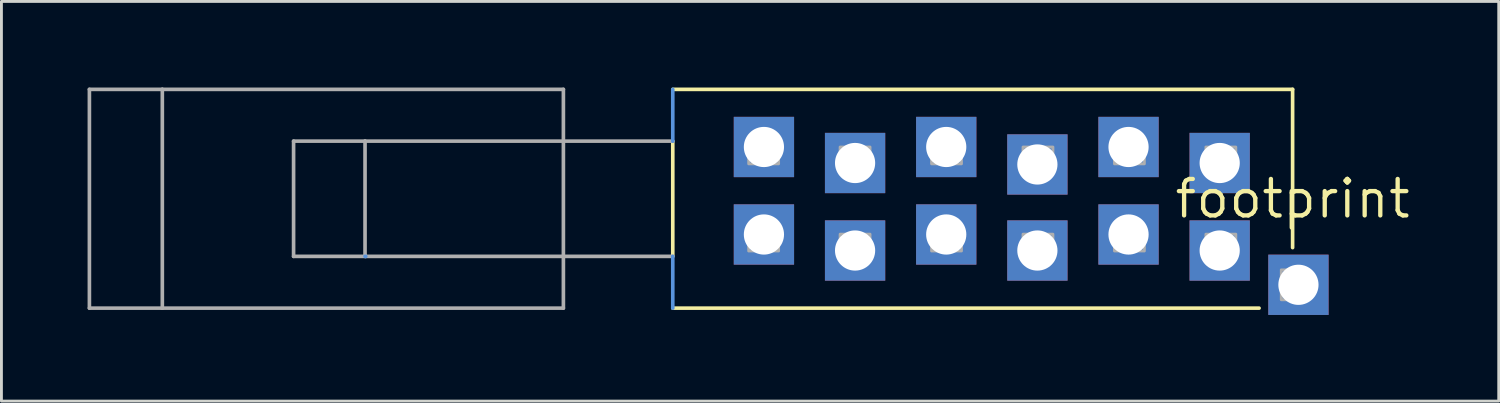
<source format=kicad_pcb>
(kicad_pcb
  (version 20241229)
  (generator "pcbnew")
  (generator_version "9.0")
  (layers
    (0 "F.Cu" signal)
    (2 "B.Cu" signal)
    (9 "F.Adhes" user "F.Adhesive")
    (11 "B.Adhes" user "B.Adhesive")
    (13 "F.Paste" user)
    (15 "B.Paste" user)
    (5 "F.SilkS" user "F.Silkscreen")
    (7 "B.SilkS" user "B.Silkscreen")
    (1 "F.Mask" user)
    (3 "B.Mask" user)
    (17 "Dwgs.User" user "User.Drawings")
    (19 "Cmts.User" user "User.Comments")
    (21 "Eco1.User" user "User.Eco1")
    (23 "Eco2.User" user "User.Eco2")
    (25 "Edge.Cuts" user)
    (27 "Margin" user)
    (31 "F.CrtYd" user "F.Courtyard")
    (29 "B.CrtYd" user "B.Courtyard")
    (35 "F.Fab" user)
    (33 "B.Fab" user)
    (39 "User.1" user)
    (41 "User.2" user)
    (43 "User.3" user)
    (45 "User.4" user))
  (footprint "footprint"
    (layer "F.Cu")
    (at 41.974 3.873)
    (property "Reference" "footprint" (at 0 0 0) (layer "F.SilkS") (effects (font (size 1.27 1.27) (thickness 0.15))))
    (fp_line (start -21.59 -2.007) (end -21.59 2.007) (stroke (width 0.127) (type solid)) (layer "F.SilkS"))
    (fp_line (start -21.59 3.81) (end -1.168 3.81) (stroke (width 0.127) (type solid)) (layer "F.SilkS"))
    (fp_line (start 0 -3.81) (end -21.59 -3.81) (stroke (width 0.127) (type solid)) (layer "F.SilkS"))
    (fp_line (start 0 1.702) (end 0 -3.81) (stroke (width 0.127) (type solid)) (layer "F.SilkS"))
    (fp_line (start -32.309 2.007) (end -32.283 2.007) (stroke (width 0.127) (type solid)) (layer "Cmts.User"))
    (fp_line (start -21.59 -3.81) (end -21.59 -2.007) (stroke (width 0.127) (type solid)) (layer "Cmts.User"))
    (fp_line (start -21.59 2.007) (end -21.59 3.81) (stroke (width 0.127) (type solid)) (layer "Cmts.User"))
    (fp_line (start -41.91 -3.81) (end -41.91 3.81) (stroke (width 0.127) (type solid)) (layer "F.Fab"))
    (fp_line (start -41.91 3.81) (end -39.37 3.81) (stroke (width 0.127) (type solid)) (layer "F.Fab"))
    (fp_line (start -39.37 -3.81) (end -41.91 -3.81) (stroke (width 0.127) (type solid)) (layer "F.Fab"))
    (fp_line (start -39.37 -3.81) (end -39.37 3.81) (stroke (width 0.127) (type solid)) (layer "F.Fab"))
    (fp_line (start -39.37 3.81) (end -25.4 3.81) (stroke (width 0.127) (type solid)) (layer "F.Fab"))
    (fp_line (start -34.798 -2.007) (end -34.798 2.007) (stroke (width 0.127) (type solid)) (layer "F.Fab"))
    (fp_line (start -34.798 2.007) (end -32.283 2.007) (stroke (width 0.127) (type solid)) (layer "F.Fab"))
    (fp_line (start -32.309 -2.007) (end -34.798 -2.007) (stroke (width 0.127) (type solid)) (layer "F.Fab"))
    (fp_line (start -32.309 -2.007) (end -32.309 2.007) (stroke (width 0.127) (type solid)) (layer "F.Fab"))
    (fp_line (start -32.283 2.007) (end -21.59 2.007) (stroke (width 0.127) (type solid)) (layer "F.Fab"))
    (fp_line (start -25.4 -3.81) (end -39.37 -3.81) (stroke (width 0.127) (type solid)) (layer "F.Fab"))
    (fp_line (start -25.4 3.81) (end -25.4 -3.81) (stroke (width 0.127) (type solid)) (layer "F.Fab"))
    (fp_line (start -21.59 -2.007) (end -32.309 -2.007) (stroke (width 0.127) (type solid)) (layer "F.Fab"))
    (fp_poly (pts (xy -18.946 -1.217) (xy -17.904 -1.217) (xy -17.904 -1.801) (xy -18.946 -1.801)) (stroke (width 0.1) (type solid)) (fill no) (layer "F.Fab"))
    (fp_poly (pts (xy -18.946 1.819) (xy -17.904 1.819) (xy -17.904 1.234) (xy -18.946 1.234)) (stroke (width 0.1) (type solid)) (fill no) (layer "F.Fab"))
    (fp_poly (pts (xy -15.761 -1.217) (xy -14.719 -1.217) (xy -14.719 -1.801) (xy -15.761 -1.801)) (stroke (width 0.1) (type solid)) (fill no) (layer "F.Fab"))
    (fp_poly (pts (xy -15.761 1.819) (xy -14.719 1.819) (xy -14.719 1.234) (xy -15.761 1.234)) (stroke (width 0.1) (type solid)) (fill no) (layer "F.Fab"))
    (fp_poly (pts (xy -12.576 -1.217) (xy -11.534 -1.217) (xy -11.534 -1.801) (xy -12.576 -1.801)) (stroke (width 0.1) (type solid)) (fill no) (layer "F.Fab"))
    (fp_poly (pts (xy -12.576 1.819) (xy -11.534 1.819) (xy -11.534 1.234) (xy -12.576 1.234)) (stroke (width 0.1) (type solid)) (fill no) (layer "F.Fab"))
    (fp_poly (pts (xy -9.39 -1.217) (xy -8.349 -1.217) (xy -8.349 -1.801) (xy -9.39 -1.801)) (stroke (width 0.1) (type solid)) (fill no) (layer "F.Fab"))
    (fp_poly (pts (xy -9.39 1.819) (xy -8.349 1.819) (xy -8.349 1.234) (xy -9.39 1.234)) (stroke (width 0.1) (type solid)) (fill no) (layer "F.Fab"))
    (fp_poly (pts (xy -6.205 -1.217) (xy -5.164 -1.217) (xy -5.164 -1.801) (xy -6.205 -1.801)) (stroke (width 0.1) (type solid)) (fill no) (layer "F.Fab"))
    (fp_poly (pts (xy -6.205 1.819) (xy -5.164 1.819) (xy -5.164 1.234) (xy -6.205 1.234)) (stroke (width 0.1) (type solid)) (fill no) (layer "F.Fab"))
    (fp_poly (pts (xy -3.02 -1.217) (xy -1.979 -1.217) (xy -1.979 -1.801) (xy -3.02 -1.801)) (stroke (width 0.1) (type solid)) (fill no) (layer "F.Fab"))
    (fp_poly (pts (xy -3.02 1.819) (xy -1.979 1.819) (xy -1.979 1.234) (xy -3.02 1.234)) (stroke (width 0.1) (type solid)) (fill no) (layer "F.Fab"))
    (fp_poly (pts (xy 0.19 3.518) (xy 0.19 2.477) (xy -0.394 2.477) (xy -0.394 3.518)) (stroke (width 0.1) (type solid)) (fill no) (layer "F.Fab"))
    (pad "P$13" thru_hole rect (at 0.203 2.997) (size 2.1 2.1) (drill 1.4) (layers "*.Cu" "*.Mask"))
    (pad "PP$1" thru_hole rect (at -18.415 1.245) (size 2.1 2.1) (drill 1.4) (layers "*.Cu" "*.Mask"))
    (pad "PP$2" thru_hole rect (at -15.24 1.803) (size 2.1 2.1) (drill 1.4) (layers "*.Cu" "*.Mask"))
    (pad "PP$3" thru_hole rect (at -12.065 1.245) (size 2.1 2.1) (drill 1.4) (layers "*.Cu" "*.Mask"))
    (pad "PP$4" thru_hole rect (at -8.89 1.803) (size 2.1 2.1) (drill 1.4) (layers "*.Cu" "*.Mask"))
    (pad "PP$5" thru_hole rect (at -5.715 1.245) (size 2.1 2.1) (drill 1.4) (layers "*.Cu" "*.Mask"))
    (pad "PP$6" thru_hole rect (at -2.54 1.803) (size 2.1 2.1) (drill 1.4) (layers "*.Cu" "*.Mask"))
    (pad "PP$7" thru_hole rect (at -18.415 -1.803) (size 2.1 2.1) (drill 1.4) (layers "*.Cu" "*.Mask"))
    (pad "PP$8" thru_hole rect (at -15.24 -1.245) (size 2.1 2.1) (drill 1.4) (layers "*.Cu" "*.Mask"))
    (pad "PP$9" thru_hole rect (at -12.065 -1.803) (size 2.1 2.1) (drill 1.4) (layers "*.Cu" "*.Mask"))
    (pad "PP$10" thru_hole rect (at -8.89 -1.194) (size 2.1 2.1) (drill 1.4) (layers "*.Cu" "*.Mask"))
    (pad "PP$11" thru_hole rect (at -5.715 -1.803) (size 2.1 2.1) (drill 1.4) (layers "*.Cu" "*.Mask"))
    (pad "PP$12" thru_hole rect (at -2.54 -1.245) (size 2.1 2.1) (drill 1.4) (layers "*.Cu" "*.Mask")))
  (gr_rect
    (start -3 -3)
    (end 49.154 10.921)
    (stroke (width 0.1) (type default))
    (fill no)
    (layer "Edge.Cuts")))
</source>
